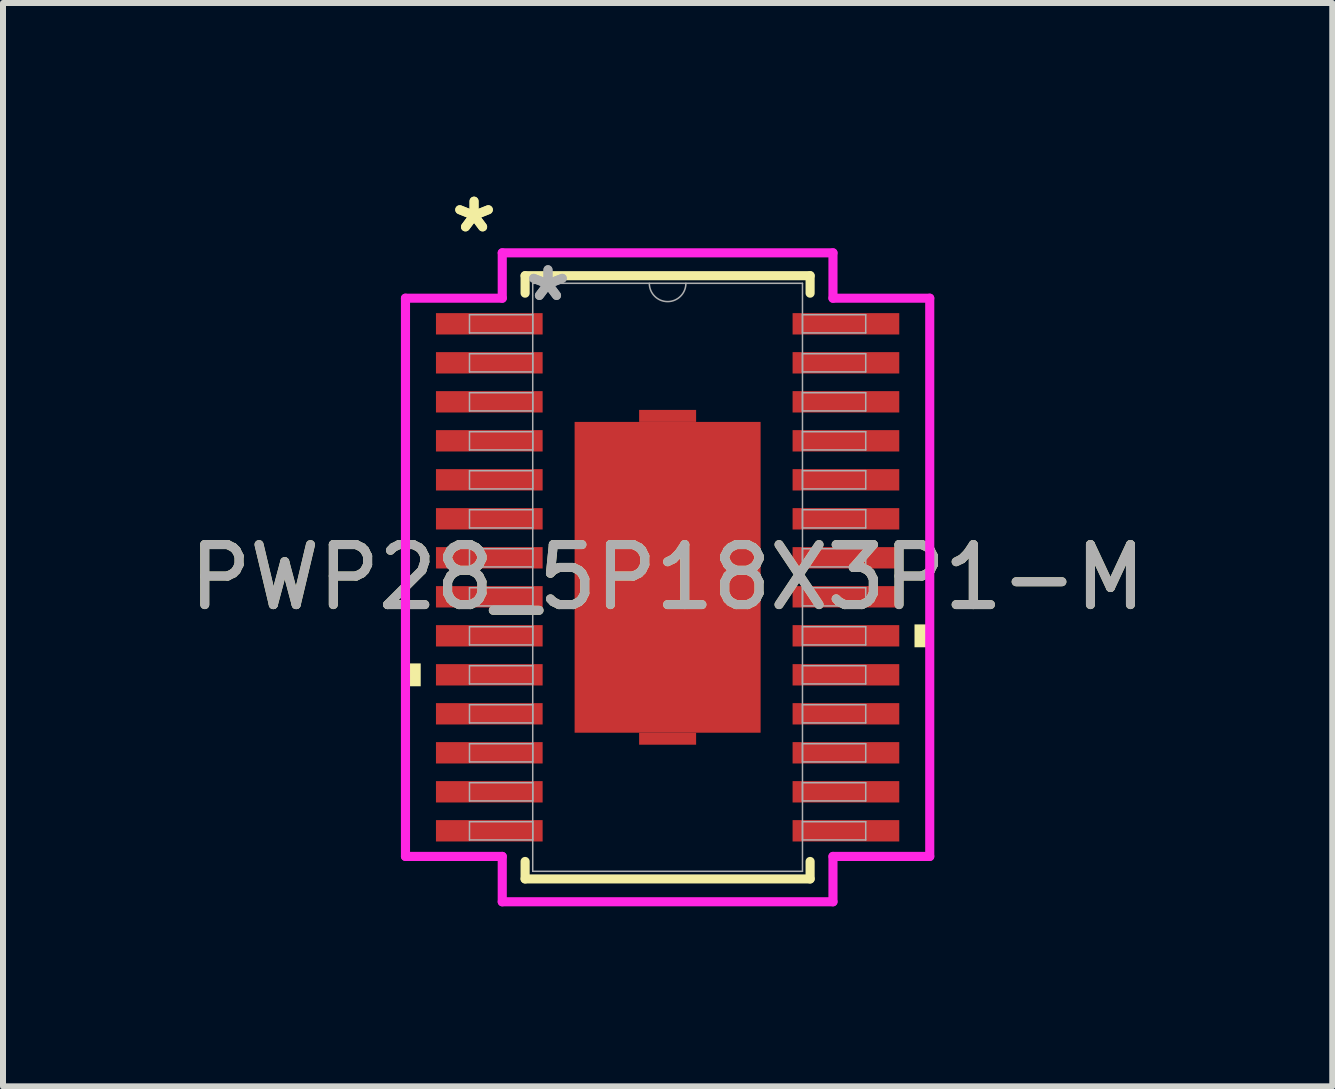
<source format=kicad_pcb>
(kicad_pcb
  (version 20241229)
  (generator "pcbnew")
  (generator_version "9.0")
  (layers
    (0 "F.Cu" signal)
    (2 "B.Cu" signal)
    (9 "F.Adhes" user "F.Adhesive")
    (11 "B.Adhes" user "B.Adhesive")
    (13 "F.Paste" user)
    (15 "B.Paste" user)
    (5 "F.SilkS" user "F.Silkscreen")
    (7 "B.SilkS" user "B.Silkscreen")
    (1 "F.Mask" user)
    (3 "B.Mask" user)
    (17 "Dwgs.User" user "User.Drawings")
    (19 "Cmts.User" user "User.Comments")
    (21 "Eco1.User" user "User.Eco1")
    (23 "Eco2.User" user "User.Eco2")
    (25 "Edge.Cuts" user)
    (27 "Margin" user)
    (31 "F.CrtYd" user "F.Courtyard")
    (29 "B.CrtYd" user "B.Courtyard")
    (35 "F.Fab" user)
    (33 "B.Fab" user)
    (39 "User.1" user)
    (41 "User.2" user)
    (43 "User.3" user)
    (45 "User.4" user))
  (footprint "PWP28_5P18X3P1-M"
    (layer "F.Cu")
    (at 8.077 6.572)
    (property "Reference" "PWP28_5P18X3P1-M" (at 0 0 0) (unlocked yes) (layer "F.SilkS") (effects (font (size 1 1) (thickness 0.15))))
    (attr smd)
    (fp_poly (pts (xy -0.475 -2.59) (xy -0.475 -2.79) (xy 0.475 -2.79) (xy 0.475 -2.59)) (stroke (width 0) (type solid)) (fill yes) (layer "F.Cu"))
    (fp_poly (pts (xy -0.475 2.59) (xy -0.475 2.79) (xy 0.475 2.79) (xy 0.475 2.59)) (stroke (width 0) (type solid)) (fill yes) (layer "F.Cu"))
    (fp_poly (pts (xy -0.475 -2.59) (xy -0.475 -2.79) (xy 0.475 -2.79) (xy 0.475 -2.59)) (stroke (width 0) (type solid)) (fill yes) (layer "F.Mask"))
    (fp_poly (pts (xy -0.475 2.59) (xy -0.475 2.79) (xy 0.475 2.79) (xy 0.475 2.59)) (stroke (width 0) (type solid)) (fill yes) (layer "F.Mask"))
    (fp_line (start -2.375 -5.027) (end -2.375 -4.736) (stroke (width 0.152) (type solid)) (layer "F.SilkS"))
    (fp_line (start -2.375 4.736) (end -2.375 5.027) (stroke (width 0.152) (type solid)) (layer "F.SilkS"))
    (fp_line (start -2.375 5.027) (end 2.375 5.027) (stroke (width 0.152) (type solid)) (layer "F.SilkS"))
    (fp_line (start 2.375 -5.027) (end -2.375 -5.027) (stroke (width 0.152) (type solid)) (layer "F.SilkS"))
    (fp_line (start 2.375 -4.736) (end 2.375 -5.027) (stroke (width 0.152) (type solid)) (layer "F.SilkS"))
    (fp_line (start 2.375 5.027) (end 2.375 4.736) (stroke (width 0.152) (type solid)) (layer "F.SilkS"))
    (fp_poly (pts (xy -4.369 1.435) (xy -4.369 1.816) (xy -4.115 1.816) (xy -4.115 1.435)) (stroke (width 0) (type solid)) (fill yes) (layer "F.SilkS"))
    (fp_poly (pts (xy 4.369 0.785) (xy 4.369 1.166) (xy 4.115 1.166) (xy 4.115 0.785)) (stroke (width 0) (type solid)) (fill yes) (layer "F.SilkS"))
    (fp_poly (pts (xy -1.45 -2.49) (xy -1.45 -1.395) (xy -0.1 -1.395) (xy -0.1 -2.49)) (stroke (width 0) (type solid)) (fill yes) (layer "F.Paste"))
    (fp_poly (pts (xy -1.45 -1.195) (xy -1.45 -0.1) (xy -0.1 -0.1) (xy -0.1 -1.195)) (stroke (width 0) (type solid)) (fill yes) (layer "F.Paste"))
    (fp_poly (pts (xy -1.45 0.1) (xy -1.45 1.195) (xy -0.1 1.195) (xy -0.1 0.1)) (stroke (width 0) (type solid)) (fill yes) (layer "F.Paste"))
    (fp_poly (pts (xy -1.45 1.395) (xy -1.45 2.49) (xy -0.1 2.49) (xy -0.1 1.395)) (stroke (width 0) (type solid)) (fill yes) (layer "F.Paste"))
    (fp_poly (pts (xy 0.1 -2.49) (xy 0.1 -1.395) (xy 1.45 -1.395) (xy 1.45 -2.49)) (stroke (width 0) (type solid)) (fill yes) (layer "F.Paste"))
    (fp_poly (pts (xy 0.1 -1.195) (xy 0.1 -0.1) (xy 1.45 -0.1) (xy 1.45 -1.195)) (stroke (width 0) (type solid)) (fill yes) (layer "F.Paste"))
    (fp_poly (pts (xy 0.1 0.1) (xy 0.1 1.195) (xy 1.45 1.195) (xy 1.45 0.1)) (stroke (width 0) (type solid)) (fill yes) (layer "F.Paste"))
    (fp_poly (pts (xy 0.1 1.395) (xy 0.1 2.49) (xy 1.45 2.49) (xy 1.45 1.395)) (stroke (width 0) (type solid)) (fill yes) (layer "F.Paste"))
    (fp_line (start -4.369 -4.652) (end -2.756 -4.652) (stroke (width 0.152) (type solid)) (layer "F.CrtYd"))
    (fp_line (start -4.369 4.652) (end -4.369 -4.652) (stroke (width 0.152) (type solid)) (layer "F.CrtYd"))
    (fp_line (start -4.369 4.652) (end -2.756 4.652) (stroke (width 0.152) (type solid)) (layer "F.CrtYd"))
    (fp_line (start -2.756 -5.408) (end 2.756 -5.408) (stroke (width 0.152) (type solid)) (layer "F.CrtYd"))
    (fp_line (start -2.756 -4.652) (end -2.756 -5.408) (stroke (width 0.152) (type solid)) (layer "F.CrtYd"))
    (fp_line (start -2.756 5.408) (end -2.756 4.652) (stroke (width 0.152) (type solid)) (layer "F.CrtYd"))
    (fp_line (start 2.756 -5.408) (end 2.756 -4.652) (stroke (width 0.152) (type solid)) (layer "F.CrtYd"))
    (fp_line (start 2.756 4.652) (end 2.756 5.408) (stroke (width 0.152) (type solid)) (layer "F.CrtYd"))
    (fp_line (start 2.756 5.408) (end -2.756 5.408) (stroke (width 0.152) (type solid)) (layer "F.CrtYd"))
    (fp_line (start 4.369 -4.652) (end 2.756 -4.652) (stroke (width 0.152) (type solid)) (layer "F.CrtYd"))
    (fp_line (start 4.369 -4.652) (end 4.369 4.652) (stroke (width 0.152) (type solid)) (layer "F.CrtYd"))
    (fp_line (start 4.369 4.652) (end 2.756 4.652) (stroke (width 0.152) (type solid)) (layer "F.CrtYd"))
    (fp_line (start -3.302 -4.377) (end -3.302 -4.073) (stroke (width 0.025) (type solid)) (layer "F.Fab"))
    (fp_line (start -3.302 -4.073) (end -2.248 -4.073) (stroke (width 0.025) (type solid)) (layer "F.Fab"))
    (fp_line (start -3.302 -3.727) (end -3.302 -3.423) (stroke (width 0.025) (type solid)) (layer "F.Fab"))
    (fp_line (start -3.302 -3.423) (end -2.248 -3.423) (stroke (width 0.025) (type solid)) (layer "F.Fab"))
    (fp_line (start -3.302 -3.077) (end -3.302 -2.773) (stroke (width 0.025) (type solid)) (layer "F.Fab"))
    (fp_line (start -3.302 -2.773) (end -2.248 -2.773) (stroke (width 0.025) (type solid)) (layer "F.Fab"))
    (fp_line (start -3.302 -2.427) (end -3.302 -2.123) (stroke (width 0.025) (type solid)) (layer "F.Fab"))
    (fp_line (start -3.302 -2.123) (end -2.248 -2.123) (stroke (width 0.025) (type solid)) (layer "F.Fab"))
    (fp_line (start -3.302 -1.777) (end -3.302 -1.473) (stroke (width 0.025) (type solid)) (layer "F.Fab"))
    (fp_line (start -3.302 -1.473) (end -2.248 -1.473) (stroke (width 0.025) (type solid)) (layer "F.Fab"))
    (fp_line (start -3.302 -1.127) (end -3.302 -0.823) (stroke (width 0.025) (type solid)) (layer "F.Fab"))
    (fp_line (start -3.302 -0.823) (end -2.248 -0.823) (stroke (width 0.025) (type solid)) (layer "F.Fab"))
    (fp_line (start -3.302 -0.477) (end -3.302 -0.173) (stroke (width 0.025) (type solid)) (layer "F.Fab"))
    (fp_line (start -3.302 -0.173) (end -2.248 -0.173) (stroke (width 0.025) (type solid)) (layer "F.Fab"))
    (fp_line (start -3.302 0.173) (end -3.302 0.477) (stroke (width 0.025) (type solid)) (layer "F.Fab"))
    (fp_line (start -3.302 0.477) (end -2.248 0.477) (stroke (width 0.025) (type solid)) (layer "F.Fab"))
    (fp_line (start -3.302 0.823) (end -3.302 1.127) (stroke (width 0.025) (type solid)) (layer "F.Fab"))
    (fp_line (start -3.302 1.127) (end -2.248 1.127) (stroke (width 0.025) (type solid)) (layer "F.Fab"))
    (fp_line (start -3.302 1.473) (end -3.302 1.777) (stroke (width 0.025) (type solid)) (layer "F.Fab"))
    (fp_line (start -3.302 1.777) (end -2.248 1.777) (stroke (width 0.025) (type solid)) (layer "F.Fab"))
    (fp_line (start -3.302 2.123) (end -3.302 2.427) (stroke (width 0.025) (type solid)) (layer "F.Fab"))
    (fp_line (start -3.302 2.427) (end -2.248 2.427) (stroke (width 0.025) (type solid)) (layer "F.Fab"))
    (fp_line (start -3.302 2.773) (end -3.302 3.077) (stroke (width 0.025) (type solid)) (layer "F.Fab"))
    (fp_line (start -3.302 3.077) (end -2.248 3.077) (stroke (width 0.025) (type solid)) (layer "F.Fab"))
    (fp_line (start -3.302 3.423) (end -3.302 3.727) (stroke (width 0.025) (type solid)) (layer "F.Fab"))
    (fp_line (start -3.302 3.727) (end -2.248 3.727) (stroke (width 0.025) (type solid)) (layer "F.Fab"))
    (fp_line (start -3.302 4.073) (end -3.302 4.377) (stroke (width 0.025) (type solid)) (layer "F.Fab"))
    (fp_line (start -3.302 4.377) (end -2.248 4.377) (stroke (width 0.025) (type solid)) (layer "F.Fab"))
    (fp_line (start -2.248 -4.9) (end -2.248 4.9) (stroke (width 0.025) (type solid)) (layer "F.Fab"))
    (fp_line (start -2.248 -4.377) (end -3.302 -4.377) (stroke (width 0.025) (type solid)) (layer "F.Fab"))
    (fp_line (start -2.248 -4.073) (end -2.248 -4.377) (stroke (width 0.025) (type solid)) (layer "F.Fab"))
    (fp_line (start -2.248 -3.727) (end -3.302 -3.727) (stroke (width 0.025) (type solid)) (layer "F.Fab"))
    (fp_line (start -2.248 -3.423) (end -2.248 -3.727) (stroke (width 0.025) (type solid)) (layer "F.Fab"))
    (fp_line (start -2.248 -3.077) (end -3.302 -3.077) (stroke (width 0.025) (type solid)) (layer "F.Fab"))
    (fp_line (start -2.248 -2.773) (end -2.248 -3.077) (stroke (width 0.025) (type solid)) (layer "F.Fab"))
    (fp_line (start -2.248 -2.427) (end -3.302 -2.427) (stroke (width 0.025) (type solid)) (layer "F.Fab"))
    (fp_line (start -2.248 -2.123) (end -2.248 -2.427) (stroke (width 0.025) (type solid)) (layer "F.Fab"))
    (fp_line (start -2.248 -1.777) (end -3.302 -1.777) (stroke (width 0.025) (type solid)) (layer "F.Fab"))
    (fp_line (start -2.248 -1.473) (end -2.248 -1.777) (stroke (width 0.025) (type solid)) (layer "F.Fab"))
    (fp_line (start -2.248 -1.127) (end -3.302 -1.127) (stroke (width 0.025) (type solid)) (layer "F.Fab"))
    (fp_line (start -2.248 -0.823) (end -2.248 -1.127) (stroke (width 0.025) (type solid)) (layer "F.Fab"))
    (fp_line (start -2.248 -0.477) (end -3.302 -0.477) (stroke (width 0.025) (type solid)) (layer "F.Fab"))
    (fp_line (start -2.248 -0.173) (end -2.248 -0.477) (stroke (width 0.025) (type solid)) (layer "F.Fab"))
    (fp_line (start -2.248 0.173) (end -3.302 0.173) (stroke (width 0.025) (type solid)) (layer "F.Fab"))
    (fp_line (start -2.248 0.477) (end -2.248 0.173) (stroke (width 0.025) (type solid)) (layer "F.Fab"))
    (fp_line (start -2.248 0.823) (end -3.302 0.823) (stroke (width 0.025) (type solid)) (layer "F.Fab"))
    (fp_line (start -2.248 1.127) (end -2.248 0.823) (stroke (width 0.025) (type solid)) (layer "F.Fab"))
    (fp_line (start -2.248 1.473) (end -3.302 1.473) (stroke (width 0.025) (type solid)) (layer "F.Fab"))
    (fp_line (start -2.248 1.777) (end -2.248 1.473) (stroke (width 0.025) (type solid)) (layer "F.Fab"))
    (fp_line (start -2.248 2.123) (end -3.302 2.123) (stroke (width 0.025) (type solid)) (layer "F.Fab"))
    (fp_line (start -2.248 2.427) (end -2.248 2.123) (stroke (width 0.025) (type solid)) (layer "F.Fab"))
    (fp_line (start -2.248 2.773) (end -3.302 2.773) (stroke (width 0.025) (type solid)) (layer "F.Fab"))
    (fp_line (start -2.248 3.077) (end -2.248 2.773) (stroke (width 0.025) (type solid)) (layer "F.Fab"))
    (fp_line (start -2.248 3.423) (end -3.302 3.423) (stroke (width 0.025) (type solid)) (layer "F.Fab"))
    (fp_line (start -2.248 3.727) (end -2.248 3.423) (stroke (width 0.025) (type solid)) (layer "F.Fab"))
    (fp_line (start -2.248 4.073) (end -3.302 4.073) (stroke (width 0.025) (type solid)) (layer "F.Fab"))
    (fp_line (start -2.248 4.377) (end -2.248 4.073) (stroke (width 0.025) (type solid)) (layer "F.Fab"))
    (fp_line (start -2.248 4.9) (end 2.248 4.9) (stroke (width 0.025) (type solid)) (layer "F.Fab"))
    (fp_line (start 2.248 -4.9) (end -2.248 -4.9) (stroke (width 0.025) (type solid)) (layer "F.Fab"))
    (fp_line (start 2.248 -4.377) (end 2.248 -4.073) (stroke (width 0.025) (type solid)) (layer "F.Fab"))
    (fp_line (start 2.248 -4.073) (end 3.302 -4.073) (stroke (width 0.025) (type solid)) (layer "F.Fab"))
    (fp_line (start 2.248 -3.727) (end 2.248 -3.423) (stroke (width 0.025) (type solid)) (layer "F.Fab"))
    (fp_line (start 2.248 -3.423) (end 3.302 -3.423) (stroke (width 0.025) (type solid)) (layer "F.Fab"))
    (fp_line (start 2.248 -3.077) (end 2.248 -2.773) (stroke (width 0.025) (type solid)) (layer "F.Fab"))
    (fp_line (start 2.248 -2.773) (end 3.302 -2.773) (stroke (width 0.025) (type solid)) (layer "F.Fab"))
    (fp_line (start 2.248 -2.427) (end 2.248 -2.123) (stroke (width 0.025) (type solid)) (layer "F.Fab"))
    (fp_line (start 2.248 -2.123) (end 3.302 -2.123) (stroke (width 0.025) (type solid)) (layer "F.Fab"))
    (fp_line (start 2.248 -1.777) (end 2.248 -1.473) (stroke (width 0.025) (type solid)) (layer "F.Fab"))
    (fp_line (start 2.248 -1.473) (end 3.302 -1.473) (stroke (width 0.025) (type solid)) (layer "F.Fab"))
    (fp_line (start 2.248 -1.127) (end 2.248 -0.823) (stroke (width 0.025) (type solid)) (layer "F.Fab"))
    (fp_line (start 2.248 -0.823) (end 3.302 -0.823) (stroke (width 0.025) (type solid)) (layer "F.Fab"))
    (fp_line (start 2.248 -0.477) (end 2.248 -0.173) (stroke (width 0.025) (type solid)) (layer "F.Fab"))
    (fp_line (start 2.248 -0.173) (end 3.302 -0.173) (stroke (width 0.025) (type solid)) (layer "F.Fab"))
    (fp_line (start 2.248 0.173) (end 2.248 0.477) (stroke (width 0.025) (type solid)) (layer "F.Fab"))
    (fp_line (start 2.248 0.477) (end 3.302 0.477) (stroke (width 0.025) (type solid)) (layer "F.Fab"))
    (fp_line (start 2.248 0.823) (end 2.248 1.127) (stroke (width 0.025) (type solid)) (layer "F.Fab"))
    (fp_line (start 2.248 1.127) (end 3.302 1.127) (stroke (width 0.025) (type solid)) (layer "F.Fab"))
    (fp_line (start 2.248 1.473) (end 2.248 1.777) (stroke (width 0.025) (type solid)) (layer "F.Fab"))
    (fp_line (start 2.248 1.777) (end 3.302 1.777) (stroke (width 0.025) (type solid)) (layer "F.Fab"))
    (fp_line (start 2.248 2.123) (end 2.248 2.427) (stroke (width 0.025) (type solid)) (layer "F.Fab"))
    (fp_line (start 2.248 2.427) (end 3.302 2.427) (stroke (width 0.025) (type solid)) (layer "F.Fab"))
    (fp_line (start 2.248 2.773) (end 2.248 3.077) (stroke (width 0.025) (type solid)) (layer "F.Fab"))
    (fp_line (start 2.248 3.077) (end 3.302 3.077) (stroke (width 0.025) (type solid)) (layer "F.Fab"))
    (fp_line (start 2.248 3.423) (end 2.248 3.727) (stroke (width 0.025) (type solid)) (layer "F.Fab"))
    (fp_line (start 2.248 3.727) (end 3.302 3.727) (stroke (width 0.025) (type solid)) (layer "F.Fab"))
    (fp_line (start 2.248 4.073) (end 2.248 4.377) (stroke (width 0.025) (type solid)) (layer "F.Fab"))
    (fp_line (start 2.248 4.377) (end 3.302 4.377) (stroke (width 0.025) (type solid)) (layer "F.Fab"))
    (fp_line (start 2.248 4.9) (end 2.248 -4.9) (stroke (width 0.025) (type solid)) (layer "F.Fab"))
    (fp_line (start 3.302 -4.377) (end 2.248 -4.377) (stroke (width 0.025) (type solid)) (layer "F.Fab"))
    (fp_line (start 3.302 -4.073) (end 3.302 -4.377) (stroke (width 0.025) (type solid)) (layer "F.Fab"))
    (fp_line (start 3.302 -3.727) (end 2.248 -3.727) (stroke (width 0.025) (type solid)) (layer "F.Fab"))
    (fp_line (start 3.302 -3.423) (end 3.302 -3.727) (stroke (width 0.025) (type solid)) (layer "F.Fab"))
    (fp_line (start 3.302 -3.077) (end 2.248 -3.077) (stroke (width 0.025) (type solid)) (layer "F.Fab"))
    (fp_line (start 3.302 -2.773) (end 3.302 -3.077) (stroke (width 0.025) (type solid)) (layer "F.Fab"))
    (fp_line (start 3.302 -2.427) (end 2.248 -2.427) (stroke (width 0.025) (type solid)) (layer "F.Fab"))
    (fp_line (start 3.302 -2.123) (end 3.302 -2.427) (stroke (width 0.025) (type solid)) (layer "F.Fab"))
    (fp_line (start 3.302 -1.777) (end 2.248 -1.777) (stroke (width 0.025) (type solid)) (layer "F.Fab"))
    (fp_line (start 3.302 -1.473) (end 3.302 -1.777) (stroke (width 0.025) (type solid)) (layer "F.Fab"))
    (fp_line (start 3.302 -1.127) (end 2.248 -1.127) (stroke (width 0.025) (type solid)) (layer "F.Fab"))
    (fp_line (start 3.302 -0.823) (end 3.302 -1.127) (stroke (width 0.025) (type solid)) (layer "F.Fab"))
    (fp_line (start 3.302 -0.477) (end 2.248 -0.477) (stroke (width 0.025) (type solid)) (layer "F.Fab"))
    (fp_line (start 3.302 -0.173) (end 3.302 -0.477) (stroke (width 0.025) (type solid)) (layer "F.Fab"))
    (fp_line (start 3.302 0.173) (end 2.248 0.173) (stroke (width 0.025) (type solid)) (layer "F.Fab"))
    (fp_line (start 3.302 0.477) (end 3.302 0.173) (stroke (width 0.025) (type solid)) (layer "F.Fab"))
    (fp_line (start 3.302 0.823) (end 2.248 0.823) (stroke (width 0.025) (type solid)) (layer "F.Fab"))
    (fp_line (start 3.302 1.127) (end 3.302 0.823) (stroke (width 0.025) (type solid)) (layer "F.Fab"))
    (fp_line (start 3.302 1.473) (end 2.248 1.473) (stroke (width 0.025) (type solid)) (layer "F.Fab"))
    (fp_line (start 3.302 1.777) (end 3.302 1.473) (stroke (width 0.025) (type solid)) (layer "F.Fab"))
    (fp_line (start 3.302 2.123) (end 2.248 2.123) (stroke (width 0.025) (type solid)) (layer "F.Fab"))
    (fp_line (start 3.302 2.427) (end 3.302 2.123) (stroke (width 0.025) (type solid)) (layer "F.Fab"))
    (fp_line (start 3.302 2.773) (end 2.248 2.773) (stroke (width 0.025) (type solid)) (layer "F.Fab"))
    (fp_line (start 3.302 3.077) (end 3.302 2.773) (stroke (width 0.025) (type solid)) (layer "F.Fab"))
    (fp_line (start 3.302 3.423) (end 2.248 3.423) (stroke (width 0.025) (type solid)) (layer "F.Fab"))
    (fp_line (start 3.302 3.727) (end 3.302 3.423) (stroke (width 0.025) (type solid)) (layer "F.Fab"))
    (fp_line (start 3.302 4.073) (end 2.248 4.073) (stroke (width 0.025) (type solid)) (layer "F.Fab"))
    (fp_line (start 3.302 4.377) (end 3.302 4.073) (stroke (width 0.025) (type solid)) (layer "F.Fab"))
    (fp_arc (start 0.3048 -4.900003) (mid 0 -4.595203) (end -0.3048 -4.900003) (stroke (width 0.0254) (type solid)) (layer "F.Fab"))
    (fp_text user "*" (at -3.226 -5.724 0) (unlocked yes) (layer "F.SilkS") (effects (font (size 1 1) (thickness 0.15))))
    (fp_text user "*" (at -3.226 -5.724 0) (layer "F.SilkS") (effects (font (size 1 1) (thickness 0.15))))
    (fp_text user "*" (at -1.994 -4.581 0) (layer "F.Fab") (effects (font (size 1 1) (thickness 0.15))))
    (fp_text user "*" (at -1.994 -4.581 0) (unlocked yes) (layer "F.Fab") (effects (font (size 1 1) (thickness 0.15))))
    (fp_text user "${REFERENCE}" (at 0 0 0) (unlocked yes) (layer "F.Fab") (effects (font (size 1 1) (thickness 0.15))))
    (pad "1" smd rect (at -2.972 -4.225) (size 1.778 0.356) (layers "F.Cu" "F.Mask" "F.Paste"))
    (pad "2" smd rect (at -2.972 -3.575) (size 1.778 0.356) (layers "F.Cu" "F.Mask" "F.Paste"))
    (pad "3" smd rect (at -2.972 -2.925) (size 1.778 0.356) (layers "F.Cu" "F.Mask" "F.Paste"))
    (pad "4" smd rect (at -2.972 -2.275) (size 1.778 0.356) (layers "F.Cu" "F.Mask" "F.Paste"))
    (pad "5" smd rect (at -2.972 -1.625) (size 1.778 0.356) (layers "F.Cu" "F.Mask" "F.Paste"))
    (pad "6" smd rect (at -2.972 -0.975) (size 1.778 0.356) (layers "F.Cu" "F.Mask" "F.Paste"))
    (pad "7" smd rect (at -2.972 -0.325) (size 1.778 0.356) (layers "F.Cu" "F.Mask" "F.Paste"))
    (pad "8" smd rect (at -2.972 0.325) (size 1.778 0.356) (layers "F.Cu" "F.Mask" "F.Paste"))
    (pad "9" smd rect (at -2.972 0.975) (size 1.778 0.356) (layers "F.Cu" "F.Mask" "F.Paste"))
    (pad "10" smd rect (at -2.972 1.625) (size 1.778 0.356) (layers "F.Cu" "F.Mask" "F.Paste"))
    (pad "11" smd rect (at -2.972 2.275) (size 1.778 0.356) (layers "F.Cu" "F.Mask" "F.Paste"))
    (pad "12" smd rect (at -2.972 2.925) (size 1.778 0.356) (layers "F.Cu" "F.Mask" "F.Paste"))
    (pad "13" smd rect (at -2.972 3.575) (size 1.778 0.356) (layers "F.Cu" "F.Mask" "F.Paste"))
    (pad "14" smd rect (at -2.972 4.225) (size 1.778 0.356) (layers "F.Cu" "F.Mask" "F.Paste"))
    (pad "15" smd rect (at 2.972 4.225) (size 1.778 0.356) (layers "F.Cu" "F.Mask" "F.Paste"))
    (pad "16" smd rect (at 2.972 3.575) (size 1.778 0.356) (layers "F.Cu" "F.Mask" "F.Paste"))
    (pad "17" smd rect (at 2.972 2.925) (size 1.778 0.356) (layers "F.Cu" "F.Mask" "F.Paste"))
    (pad "18" smd rect (at 2.972 2.275) (size 1.778 0.356) (layers "F.Cu" "F.Mask" "F.Paste"))
    (pad "19" smd rect (at 2.972 1.625) (size 1.778 0.356) (layers "F.Cu" "F.Mask" "F.Paste"))
    (pad "20" smd rect (at 2.972 0.975) (size 1.778 0.356) (layers "F.Cu" "F.Mask" "F.Paste"))
    (pad "21" smd rect (at 2.972 0.325) (size 1.778 0.356) (layers "F.Cu" "F.Mask" "F.Paste"))
    (pad "22" smd rect (at 2.972 -0.325) (size 1.778 0.356) (layers "F.Cu" "F.Mask" "F.Paste"))
    (pad "23" smd rect (at 2.972 -0.975) (size 1.778 0.356) (layers "F.Cu" "F.Mask" "F.Paste"))
    (pad "24" smd rect (at 2.972 -1.625) (size 1.778 0.356) (layers "F.Cu" "F.Mask" "F.Paste"))
    (pad "25" smd rect (at 2.972 -2.275) (size 1.778 0.356) (layers "F.Cu" "F.Mask" "F.Paste"))
    (pad "26" smd rect (at 2.972 -2.925) (size 1.778 0.356) (layers "F.Cu" "F.Mask" "F.Paste"))
    (pad "27" smd rect (at 2.972 -3.575) (size 1.778 0.356) (layers "F.Cu" "F.Mask" "F.Paste"))
    (pad "28" smd rect (at 2.972 -4.225) (size 1.778 0.356) (layers "F.Cu" "F.Mask" "F.Paste"))
    (pad "29" smd rect (at 0 0) (size 3.1 5.18) (layers "F.Cu" "F.Mask" "F.Paste")))
  (gr_rect
    (start -3 -3)
    (end 19.155 15.056)
    (stroke (width 0.1) (type default))
    (fill no)
    (layer "Edge.Cuts")))
</source>
